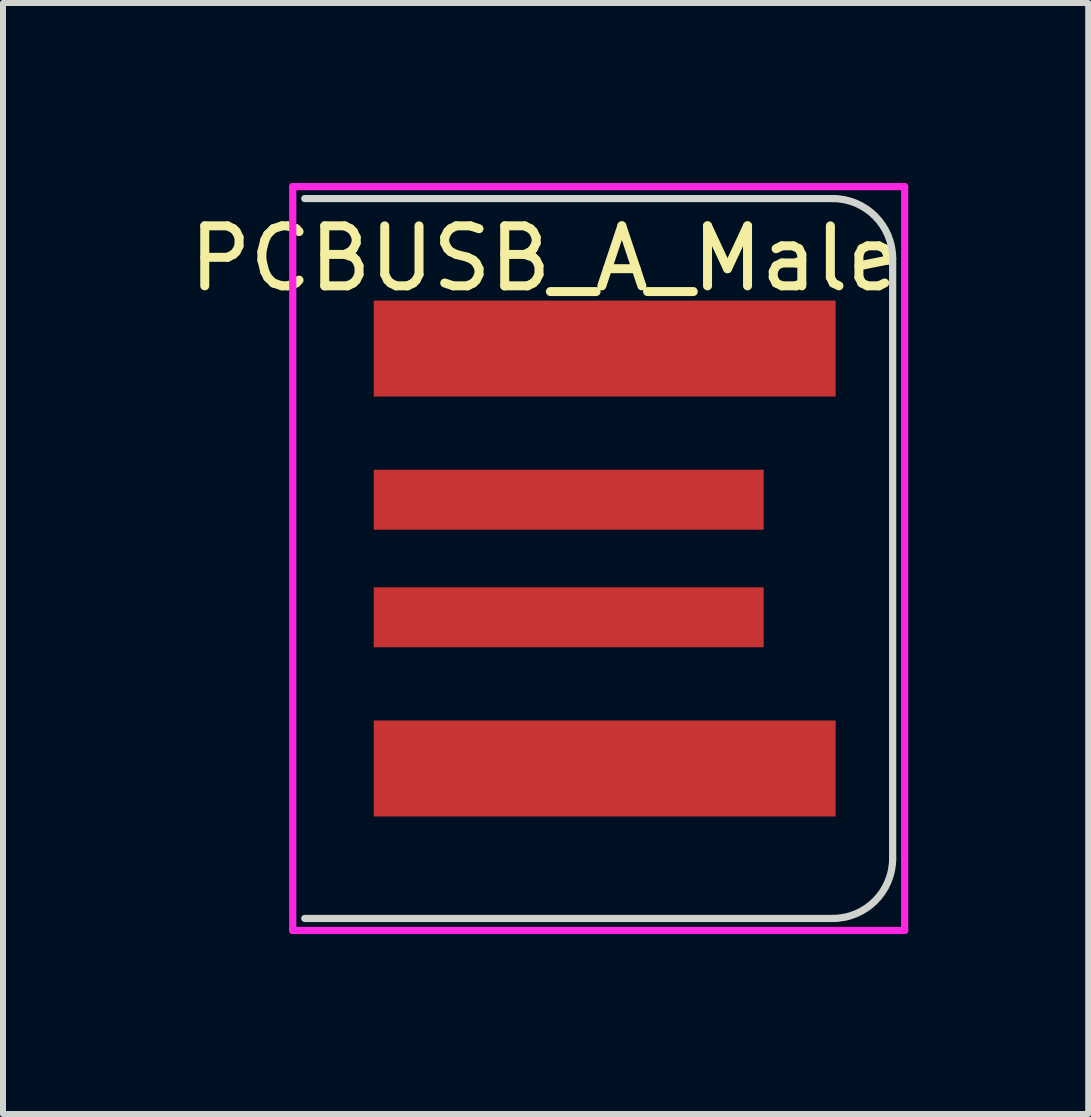
<source format=kicad_pcb>
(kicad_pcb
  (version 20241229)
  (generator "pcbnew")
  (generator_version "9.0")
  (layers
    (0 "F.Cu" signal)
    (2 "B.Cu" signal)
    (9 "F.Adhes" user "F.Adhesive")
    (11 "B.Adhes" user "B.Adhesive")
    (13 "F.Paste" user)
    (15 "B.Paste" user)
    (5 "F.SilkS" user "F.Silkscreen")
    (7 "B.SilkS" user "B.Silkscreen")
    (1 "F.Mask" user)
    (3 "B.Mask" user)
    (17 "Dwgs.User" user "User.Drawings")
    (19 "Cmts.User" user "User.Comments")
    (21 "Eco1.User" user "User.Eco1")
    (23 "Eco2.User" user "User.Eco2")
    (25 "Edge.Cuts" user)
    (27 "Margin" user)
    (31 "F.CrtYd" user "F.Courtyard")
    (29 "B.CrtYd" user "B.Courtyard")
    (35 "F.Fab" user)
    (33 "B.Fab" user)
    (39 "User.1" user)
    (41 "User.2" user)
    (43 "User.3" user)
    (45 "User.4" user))
  (footprint "PCBUSB_A_Male"
    (layer "F.Cu")
    (at 6.03 6.26)
    (property "Reference" "PCBUSB_A_Male" (at 0 -5 0) (layer "F.SilkS") (effects (font (size 1 1) (thickness 0.15))))
    (attr exclude_from_pos_files exclude_from_bom)
    (fp_line (start -4 -6) (end 4.8 -6) (stroke (width 0.12) (type solid)) (layer "Edge.Cuts"))
    (fp_line (start 4.8 6) (end -4 6) (stroke (width 0.12) (type solid)) (layer "Edge.Cuts"))
    (fp_line (start 5.8 -5) (end 5.8 5) (stroke (width 0.12) (type solid)) (layer "Edge.Cuts"))
    (fp_arc (start 4.8 -6) (mid 5.507107 -5.707107) (end 5.8 -5) (stroke (width 0.12) (type solid)) (layer "Edge.Cuts"))
    (fp_arc (start 5.8 5) (mid 5.507107 5.707107) (end 4.8 6) (stroke (width 0.12) (type solid)) (layer "Edge.Cuts"))
    (fp_line (start -4.2 -6.2) (end 6 -6.2) (stroke (width 0.12) (type solid)) (layer "F.CrtYd"))
    (fp_line (start -4.2 6.2) (end -4.2 -6.2) (stroke (width 0.12) (type solid)) (layer "F.CrtYd"))
    (fp_line (start 6 -6.2) (end 6 6.2) (stroke (width 0.12) (type solid)) (layer "F.CrtYd"))
    (fp_line (start 6 6.2) (end -4.2 6.2) (stroke (width 0.12) (type solid)) (layer "F.CrtYd"))
    (pad "1" connect rect (at 1 -3.5) (size 7.7 1.6) (layers "F.Cu" "F.Mask"))
    (pad "2" connect rect (at 0.4 -0.98) (size 6.5 1) (layers "F.Cu" "F.Mask"))
    (pad "3" connect rect (at 0.4 0.98) (size 6.5 1) (layers "F.Cu" "F.Mask"))
    (pad "4" connect rect (at 1 3.5) (size 7.7 1.6) (layers "F.Cu" "F.Mask")))
  (gr_rect
    (start -3 -3)
    (end 15.09 15.52)
    (stroke (width 0.1) (type default))
    (fill no)
    (layer "Edge.Cuts")))
</source>
